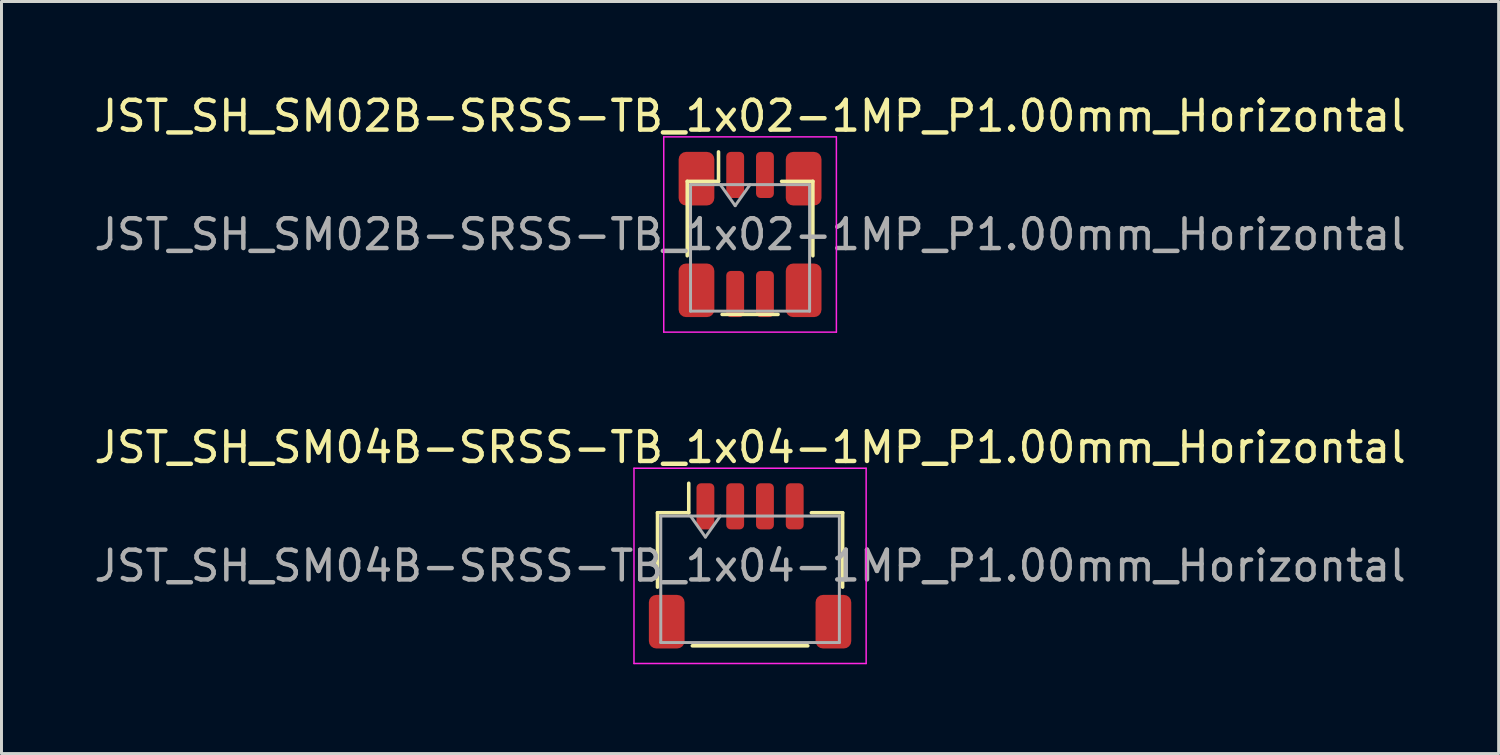
<source format=kicad_pcb>
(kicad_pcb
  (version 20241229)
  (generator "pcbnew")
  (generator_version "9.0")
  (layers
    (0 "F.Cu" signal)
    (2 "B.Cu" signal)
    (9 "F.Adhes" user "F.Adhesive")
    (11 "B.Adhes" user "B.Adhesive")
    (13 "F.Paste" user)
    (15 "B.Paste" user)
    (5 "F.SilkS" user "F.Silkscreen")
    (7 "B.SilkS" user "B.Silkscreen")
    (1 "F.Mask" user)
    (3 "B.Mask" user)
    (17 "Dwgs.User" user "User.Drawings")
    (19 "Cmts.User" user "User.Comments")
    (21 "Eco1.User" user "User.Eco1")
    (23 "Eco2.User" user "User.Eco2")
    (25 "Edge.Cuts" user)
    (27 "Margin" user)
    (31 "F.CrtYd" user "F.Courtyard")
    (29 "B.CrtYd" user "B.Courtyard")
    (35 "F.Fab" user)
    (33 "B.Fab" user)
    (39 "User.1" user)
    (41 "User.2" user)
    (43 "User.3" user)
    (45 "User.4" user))
  (footprint "JST_SH_SM02B-SRSS-TB_1x02-1MP_P1.00mm_Horizontal"
    (layer "F.Cu")
    (at 22.149 4.828)
    (property "Reference" "JST_SH_SM02B-SRSS-TB_1x02-1MP_P1.00mm_Horizontal" (at 0 -3.98 180) (layer "F.SilkS") (effects (font (size 1 1) (thickness 0.15))))
    (attr smd)
    (fp_line (start -2.11 -1.785) (end -1.06 -1.785) (stroke (width 0.12) (type solid)) (layer "F.SilkS"))
    (fp_line (start -2.11 0.715) (end -2.11 -1.785) (stroke (width 0.12) (type solid)) (layer "F.SilkS"))
    (fp_line (start -1.06 -1.785) (end -1.06 -2.775) (stroke (width 0.12) (type solid)) (layer "F.SilkS"))
    (fp_line (start -0.94 2.685) (end 0.94 2.685) (stroke (width 0.12) (type solid)) (layer "F.SilkS"))
    (fp_line (start 2.11 -1.785) (end 1.06 -1.785) (stroke (width 0.12) (type solid)) (layer "F.SilkS"))
    (fp_line (start 2.11 0.715) (end 2.11 -1.785) (stroke (width 0.12) (type solid)) (layer "F.SilkS"))
    (fp_line (start -2.9 -3.28) (end -2.9 3.28) (stroke (width 0.05) (type solid)) (layer "F.CrtYd"))
    (fp_line (start -2.9 3.28) (end 2.9 3.28) (stroke (width 0.05) (type solid)) (layer "F.CrtYd"))
    (fp_line (start 2.9 -3.28) (end -2.9 -3.28) (stroke (width 0.05) (type solid)) (layer "F.CrtYd"))
    (fp_line (start 2.9 3.28) (end 2.9 -3.28) (stroke (width 0.05) (type solid)) (layer "F.CrtYd"))
    (fp_line (start -2 -1.675) (end -2 2.575) (stroke (width 0.1) (type solid)) (layer "F.Fab"))
    (fp_line (start -2 -1.675) (end 2 -1.675) (stroke (width 0.1) (type solid)) (layer "F.Fab"))
    (fp_line (start -2 2.575) (end 2 2.575) (stroke (width 0.1) (type solid)) (layer "F.Fab"))
    (fp_line (start -1 -1.675) (end -0.5 -0.968) (stroke (width 0.1) (type solid)) (layer "F.Fab"))
    (fp_line (start -0.5 -0.968) (end 0 -1.675) (stroke (width 0.1) (type solid)) (layer "F.Fab"))
    (fp_line (start 2 -1.675) (end 2 2.575) (stroke (width 0.1) (type solid)) (layer "F.Fab"))
    (fp_text user "${REFERENCE}" (at 0 0 180) (layer "F.Fab") (effects (font (size 1 1) (thickness 0.15))))
    (pad "1" smd roundrect (at -0.5 -2) (size 0.6 1.55) (layers "F.Cu" "F.Mask" "F.Paste") (roundrect_rratio 0.25))
    (pad "1" smd roundrect (at -0.5 2) (size 0.6 1.55) (layers "F.Cu" "F.Mask" "F.Paste") (roundrect_rratio 0.25))
    (pad "2" smd roundrect (at 0.5 -2) (size 0.6 1.55) (layers "F.Cu" "F.Mask" "F.Paste") (roundrect_rratio 0.25))
    (pad "2" smd roundrect (at 0.5 2) (size 0.6 1.55) (layers "F.Cu" "F.Mask" "F.Paste") (roundrect_rratio 0.25))
    (pad "MP" smd roundrect (at -1.8 -1.875) (size 1.2 1.8) (layers "F.Cu" "F.Mask" "F.Paste") (roundrect_rratio 0.208))
    (pad "MP" smd roundrect (at -1.8 1.875) (size 1.2 1.8) (layers "F.Cu" "F.Mask" "F.Paste") (roundrect_rratio 0.208))
    (pad "MP" smd roundrect (at 1.8 -1.875) (size 1.2 1.8) (layers "F.Cu" "F.Mask" "F.Paste") (roundrect_rratio 0.208))
    (pad "MP" smd roundrect (at 1.8 1.875) (size 1.2 1.8) (layers "F.Cu" "F.Mask" "F.Paste") (roundrect_rratio 0.208)))
  (footprint "JST_SH_SM04B-SRSS-TB_1x04-1MP_P1.00mm_Horizontal"
    (layer "F.Cu")
    (at 22.149 15.961)
    (property "Reference" "JST_SH_SM04B-SRSS-TB_1x04-1MP_P1.00mm_Horizontal" (at 0 -3.98 0) (layer "F.SilkS") (effects (font (size 1 1) (thickness 0.15))))
    (attr smd)
    (fp_line (start -3.11 -1.785) (end -2.06 -1.785) (stroke (width 0.12) (type solid)) (layer "F.SilkS"))
    (fp_line (start -3.11 0.715) (end -3.11 -1.785) (stroke (width 0.12) (type solid)) (layer "F.SilkS"))
    (fp_line (start -2.06 -1.785) (end -2.06 -2.775) (stroke (width 0.12) (type solid)) (layer "F.SilkS"))
    (fp_line (start -1.94 2.685) (end 1.94 2.685) (stroke (width 0.12) (type solid)) (layer "F.SilkS"))
    (fp_line (start 3.11 -1.785) (end 2.06 -1.785) (stroke (width 0.12) (type solid)) (layer "F.SilkS"))
    (fp_line (start 3.11 0.715) (end 3.11 -1.785) (stroke (width 0.12) (type solid)) (layer "F.SilkS"))
    (fp_line (start -3.9 -3.28) (end -3.9 3.28) (stroke (width 0.05) (type solid)) (layer "F.CrtYd"))
    (fp_line (start -3.9 3.28) (end 3.9 3.28) (stroke (width 0.05) (type solid)) (layer "F.CrtYd"))
    (fp_line (start 3.9 -3.28) (end -3.9 -3.28) (stroke (width 0.05) (type solid)) (layer "F.CrtYd"))
    (fp_line (start 3.9 3.28) (end 3.9 -3.28) (stroke (width 0.05) (type solid)) (layer "F.CrtYd"))
    (fp_line (start -3 -1.675) (end -3 2.575) (stroke (width 0.1) (type solid)) (layer "F.Fab"))
    (fp_line (start -3 -1.675) (end 3 -1.675) (stroke (width 0.1) (type solid)) (layer "F.Fab"))
    (fp_line (start -3 2.575) (end 3 2.575) (stroke (width 0.1) (type solid)) (layer "F.Fab"))
    (fp_line (start -2 -1.675) (end -1.5 -0.968) (stroke (width 0.1) (type solid)) (layer "F.Fab"))
    (fp_line (start -1.5 -0.968) (end -1 -1.675) (stroke (width 0.1) (type solid)) (layer "F.Fab"))
    (fp_line (start 3 -1.675) (end 3 2.575) (stroke (width 0.1) (type solid)) (layer "F.Fab"))
    (fp_text user "${REFERENCE}" (at 0 0 0) (layer "F.Fab") (effects (font (size 1 1) (thickness 0.15))))
    (pad "1" smd roundrect (at -1.5 -2 180) (size 0.6 1.55) (layers "F.Cu" "F.Mask" "F.Paste") (roundrect_rratio 0.25))
    (pad "2" smd roundrect (at -0.5 -2 180) (size 0.6 1.55) (layers "F.Cu" "F.Mask" "F.Paste") (roundrect_rratio 0.25))
    (pad "3" smd roundrect (at 0.5 -2 180) (size 0.6 1.55) (layers "F.Cu" "F.Mask" "F.Paste") (roundrect_rratio 0.25))
    (pad "4" smd roundrect (at 1.5 -2 180) (size 0.6 1.55) (layers "F.Cu" "F.Mask" "F.Paste") (roundrect_rratio 0.25))
    (pad "MP" smd roundrect (at -2.8 1.875 180) (size 1.2 1.8) (layers "F.Cu" "F.Mask" "F.Paste") (roundrect_rratio 0.208))
    (pad "MP" smd roundrect (at 2.8 1.875 180) (size 1.2 1.8) (layers "F.Cu" "F.Mask" "F.Paste") (roundrect_rratio 0.208)))
  (gr_rect
    (start -3 -3)
    (end 47.298 22.267)
    (stroke (width 0.1) (type default))
    (fill no)
    (layer "Edge.Cuts")))
</source>
